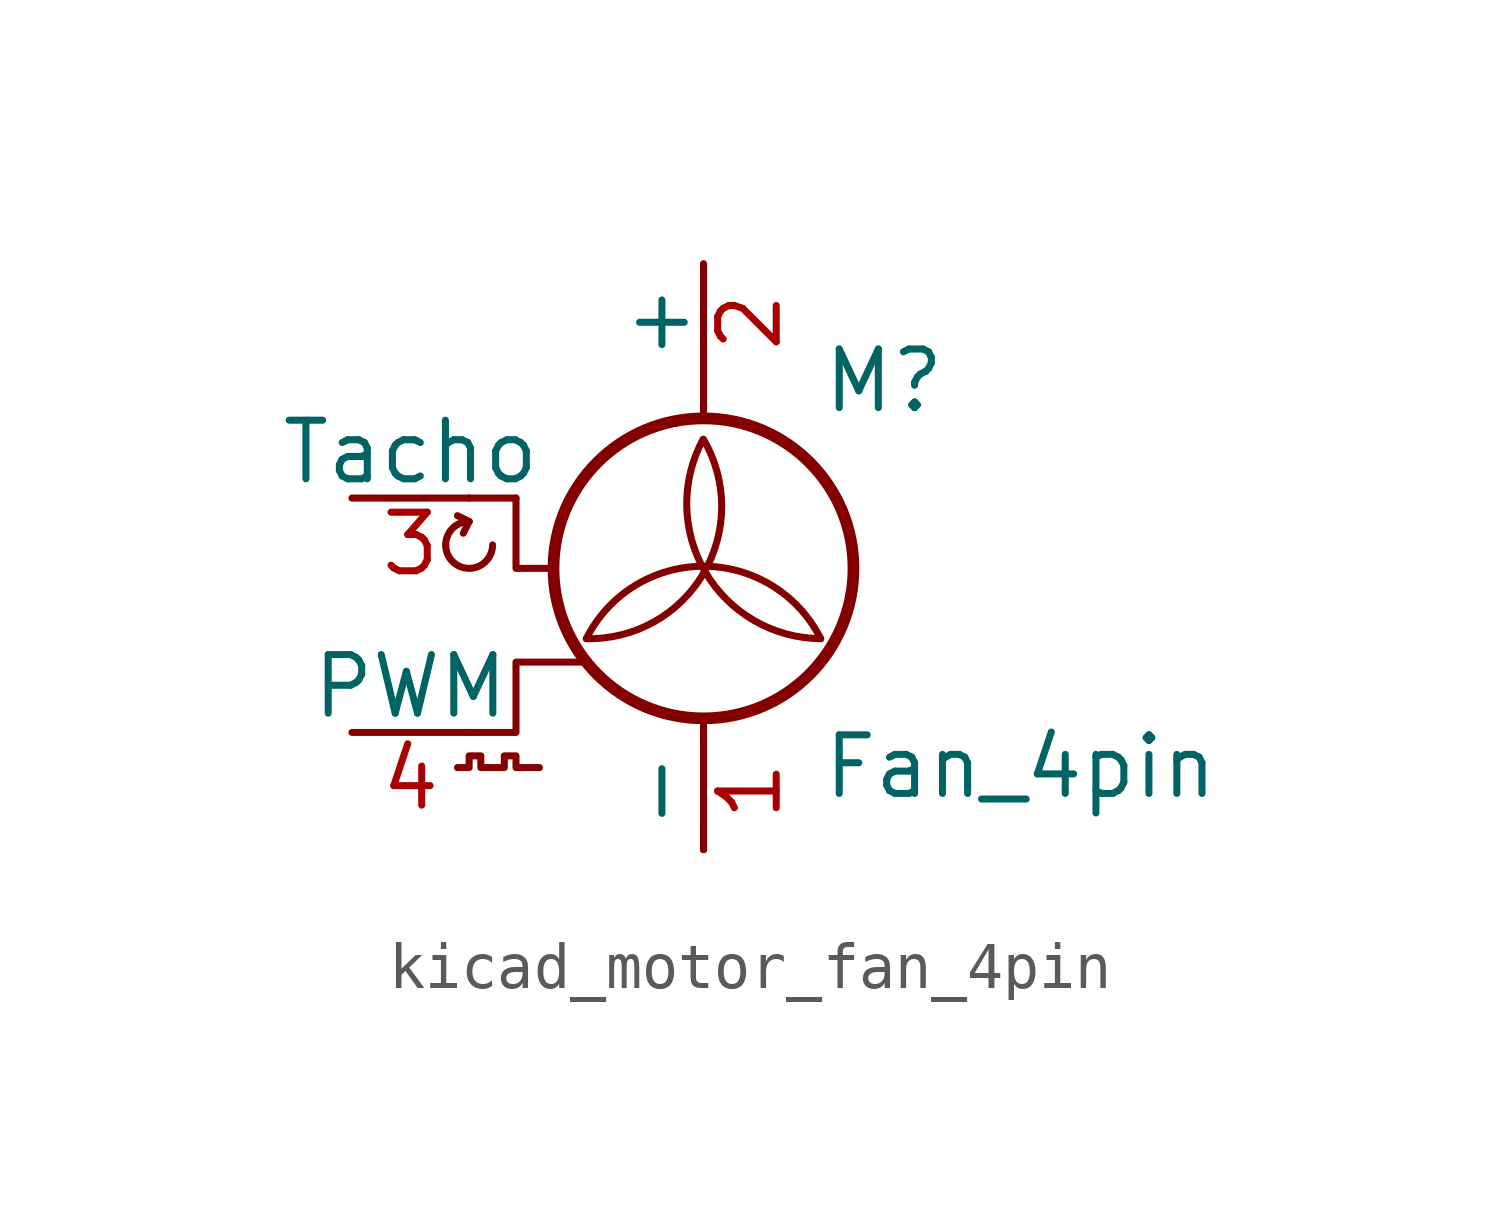
<source format=kicad_sym>
(kicad_symbol_lib
  (version 20220914)
  (generator kicad_symbol_editor)
  (symbol "kicad_motor_fan_4pin"
    (pin_names
      (offset 0))
    (property "Reference" "M"
      (at 2.54 5.08 0)
      (effects (font (size 1.27 1.27)) (justify left)))
    (property "Value" "Fan_4pin"
      (at 2.54 -2.54 0)
      (effects (font (size 1.27 1.27)) (justify left top)))
    (symbol "kicad_motor_fan_4pin_0_0"
      (arc (start -5.588 1.524) (mid -5.08 1.0182) (end -4.572 1.524) (stroke (width 0) (type default)) (fill (type none)))
      (arc (start -5.08 2.032) (mid -5.4392 1.8832) (end -5.588 1.524) (stroke (width 0) (type default)) (fill (type none)))
      (polyline (pts (xy -5.08 2.032) (xy -5.334 2.159)) (stroke (width 0) (type default)) (fill (type none)))
      (polyline (pts (xy -5.08 2.032) (xy -5.207 1.778)) (stroke (width 0) (type default)) (fill (type none)))
      (polyline (pts (xy -4.064 2.54) (xy -4.064 1.016) (xy -3.302 1.016)) (stroke (width 0) (type default)) (fill (type none))))
    (symbol "kicad_motor_fan_4pin_0_1"
      (arc (start -2.54 -0.508) (mid 0.0028 0.9121) (end 0 3.81) (stroke (width 0) (type default)) (fill (type none)))
      (polyline (pts (xy -4.064 2.54) (xy -5.08 2.54)) (stroke (width 0) (type default)) (fill (type none)))
      (polyline (pts (xy 0 -5.08) (xy 0 -4.572)) (stroke (width 0) (type default)) (fill (type none)))
      (polyline (pts (xy 0 -2.235) (xy 0 -2.642)) (stroke (width 0) (type default)) (fill (type none)))
      (polyline (pts (xy 0 4.267) (xy 0 4.623)) (stroke (width 0) (type default)) (fill (type none)))
      (polyline (pts (xy 0 4.572) (xy 0 5.08)) (stroke (width 0) (type default)) (fill (type none)))
      (polyline (pts (xy -2.54 -1.016) (xy -4.064 -1.016) (xy -4.064 -2.54) (xy -5.08 -2.54)) (stroke (width 0) (type default)) (fill (type none)))
      (polyline (pts (xy -5.334 -3.302) (xy -5.08 -3.302) (xy -5.08 -3.048) (xy -4.826 -3.048) (xy -4.826 -3.302) (xy -4.318 -3.302) (xy -4.318 -3.048) (xy -4.064 -3.048) (xy -4.064 -3.302) (xy -3.556 -3.302)) (stroke (width 0) (type default)) (fill (type none)))
      (circle (center 0 1.016) (radius 3.251) (stroke (width 0.254) (type default)) (fill (type none)))
      (arc (start 0 3.81) (mid 0.053 0.921) (end 2.54 -0.508) (stroke (width 0) (type default)) (fill (type none)))
      (arc (start 2.54 -0.508) (mid 0 1.0618) (end -2.54 -0.508) (stroke (width 0) (type default)) (fill (type none))))
    (symbol "kicad_motor_fan_4pin_1_1"
      (pin passive line (at 0 -5.08 90) (length 2.54) (name "-" (effects (font (size 1.27 1.27)))) (number "1" (effects (font (size 1.27 1.27)))))
      (pin passive line (at 0 7.62 270) (length 2.54) (name "+" (effects (font (size 1.27 1.27)))) (number "2" (effects (font (size 1.27 1.27)))))
      (pin passive line (at -7.62 2.54 0) (length 2.54) (name "Tacho" (effects (font (size 1.27 1.27)))) (number "3" (effects (font (size 1.27 1.27)))))
      (pin input line (at -7.62 -2.54 0) (length 2.54) (name "PWM" (effects (font (size 1.27 1.27)))) (number "4" (effects (font (size 1.27 1.27))))))))
</source>
